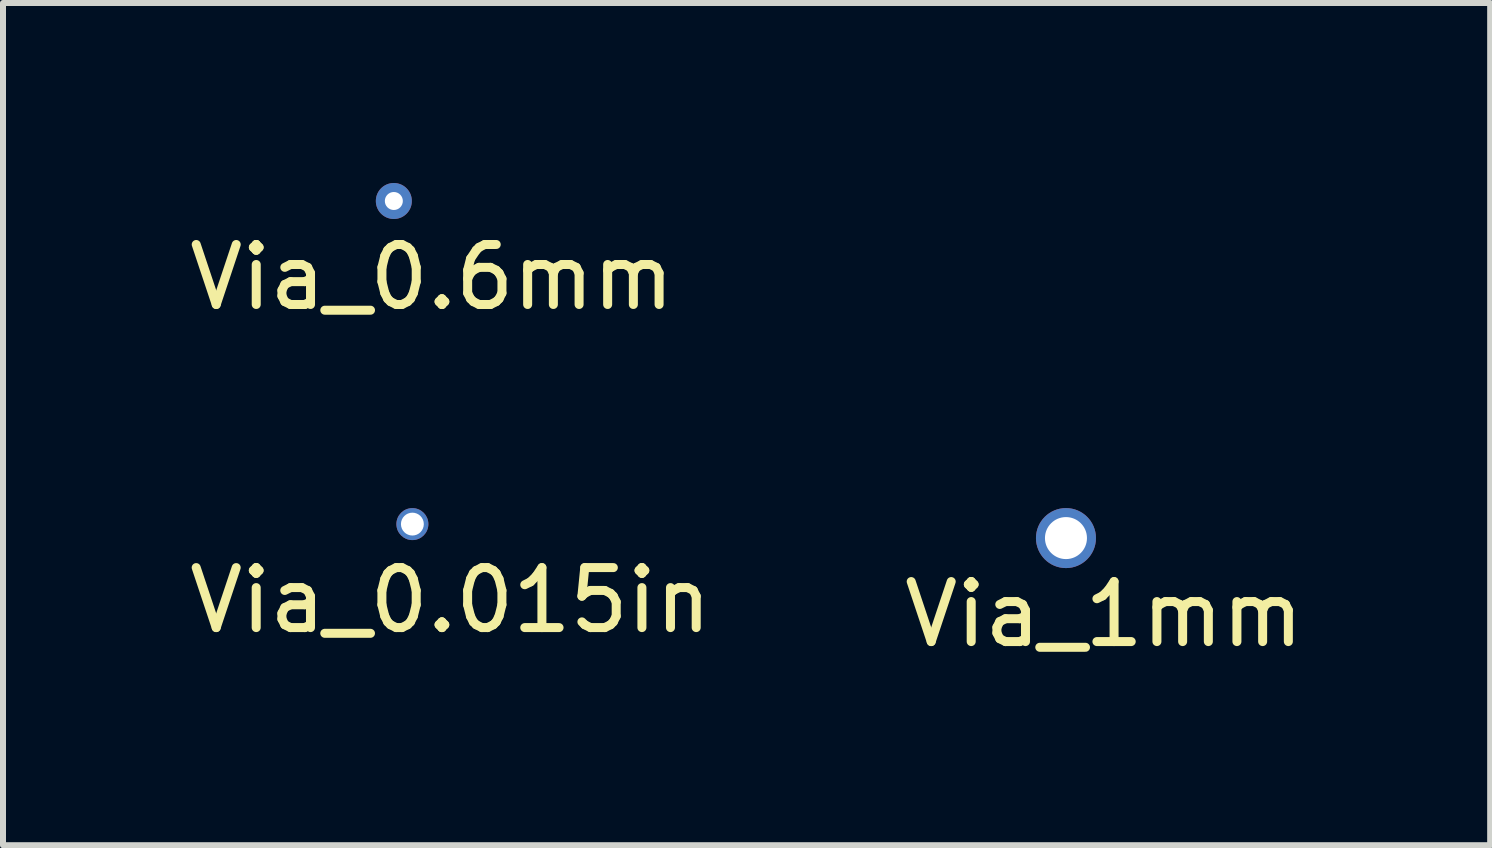
<source format=kicad_pcb>
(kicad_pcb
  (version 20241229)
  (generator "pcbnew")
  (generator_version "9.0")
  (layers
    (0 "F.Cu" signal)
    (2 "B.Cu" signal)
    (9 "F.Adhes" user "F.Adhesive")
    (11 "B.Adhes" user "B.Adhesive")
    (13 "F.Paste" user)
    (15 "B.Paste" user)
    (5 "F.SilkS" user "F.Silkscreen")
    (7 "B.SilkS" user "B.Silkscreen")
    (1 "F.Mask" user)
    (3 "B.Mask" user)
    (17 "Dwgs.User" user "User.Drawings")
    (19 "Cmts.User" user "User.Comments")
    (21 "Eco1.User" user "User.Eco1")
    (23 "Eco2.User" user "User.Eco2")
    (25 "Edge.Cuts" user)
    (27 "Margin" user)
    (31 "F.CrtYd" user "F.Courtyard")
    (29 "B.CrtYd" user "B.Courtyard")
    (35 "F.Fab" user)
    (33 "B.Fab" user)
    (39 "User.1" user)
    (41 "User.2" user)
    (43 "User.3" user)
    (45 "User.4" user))
  (footprint "Via_1mm"
    (layer "F.Cu")
    (at 14.716 5.918)
    (property "Reference" "Via_1mm" (at 0.635 1.27 0) (layer "F.SilkS") (effects (font (size 1 1) (thickness 0.15))))
    (attr through_hole)
    (pad "1" thru_hole circle (at 0 0) (size 1 1) (drill 0.7) (layers "*.Cu")))
  (footprint "Via_0.6mm"
    (layer "F.Cu")
    (at 3.514 0.3)
    (property "Reference" "Via_0.6mm" (at 0.635 1.27 0) (layer "F.SilkS") (effects (font (size 1 1) (thickness 0.15))))
    (attr through_hole)
    (pad "1" thru_hole circle (at 0 0) (size 0.6 0.6) (drill 0.3) (layers "*.Cu")))
  (footprint "Via_0.015in"
    (layer "F.Cu")
    (at 3.823 5.685)
    (property "Reference" "Via_0.015in" (at 0.635 1.27 0) (layer "F.SilkS") (effects (font (size 1 1) (thickness 0.15))))
    (attr through_hole)
    (pad "1" thru_hole circle (at 0 0) (size 0.533 0.533) (drill 0.381) (layers "*.Cu")))
  (gr_rect
    (start -3 -3)
    (end 21.786 11.037)
    (stroke (width 0.1) (type default))
    (fill no)
    (layer "Edge.Cuts")))
</source>
